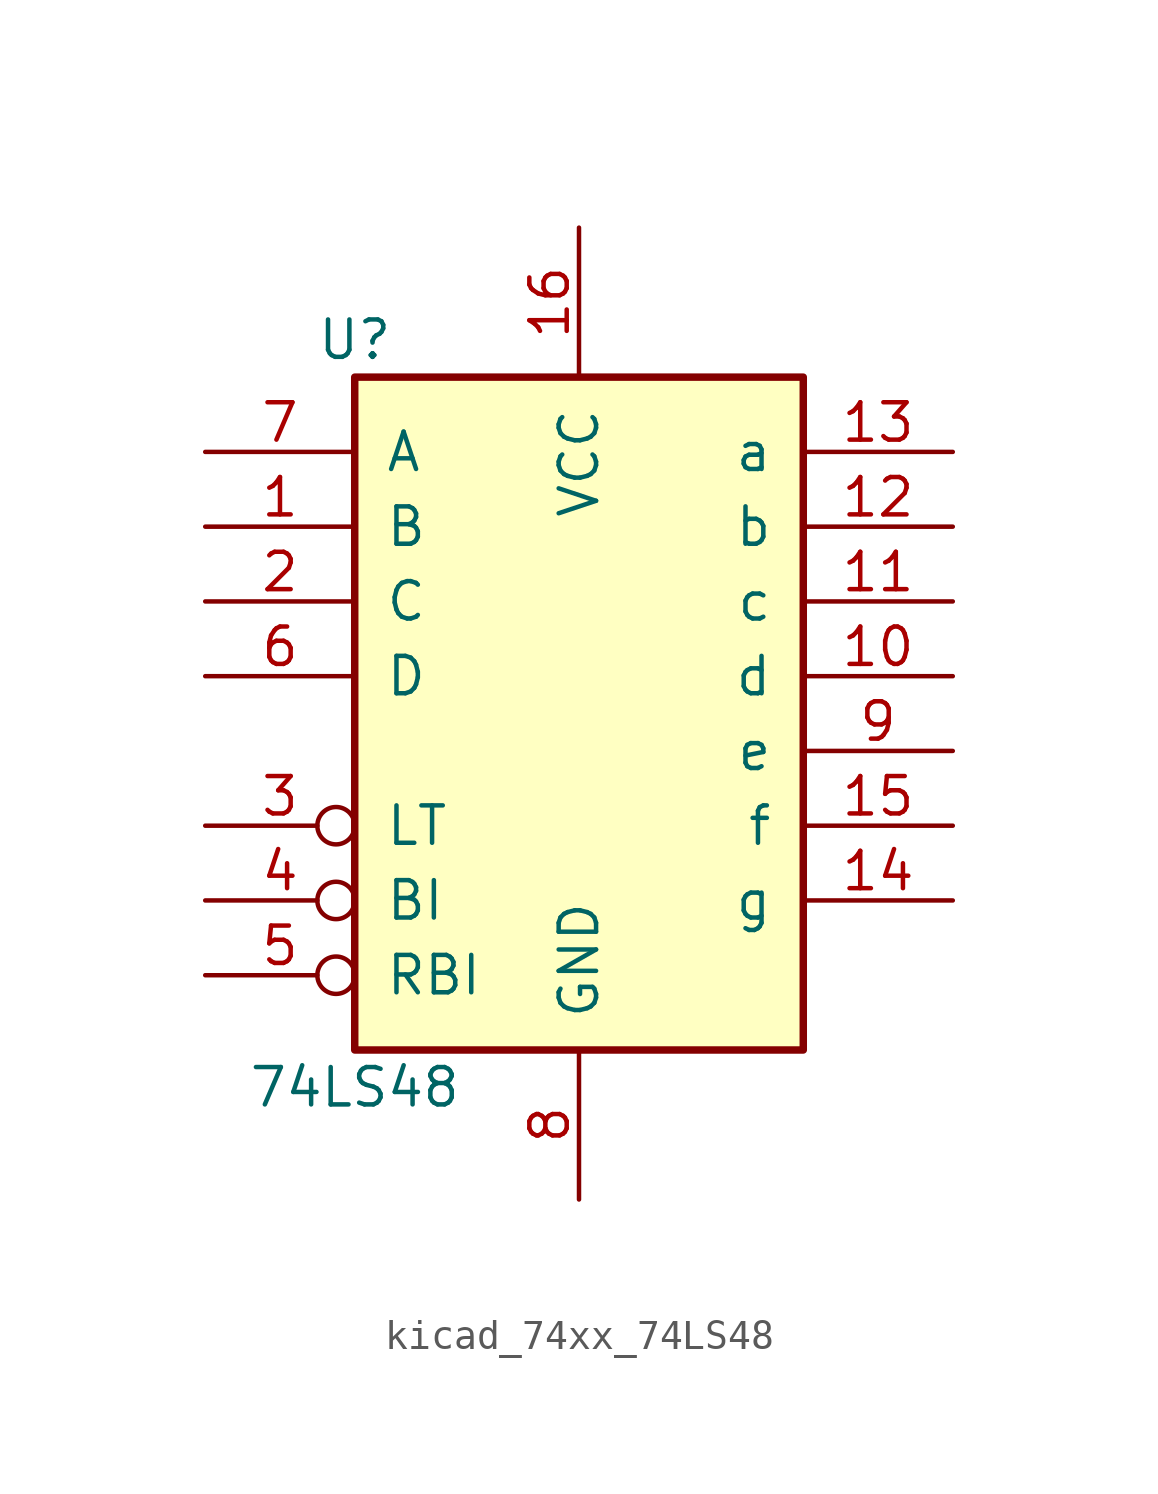
<source format=kicad_sym>
(kicad_symbol_lib
  (version 20220914)
  (generator kicad_symbol_editor)
  (symbol "kicad_74xx_74LS48"
    (pin_names
      (offset 1.016))
    (property "Reference" "U"
      (at -7.62 11.43 0)
      (effects (font (size 1.27 1.27))))
    (property "Value" "74LS48"
      (at -7.62 -13.97 0)
      (effects (font (size 1.27 1.27))))
    (property "ki_locked" ""
      (at 0 0 0)
      (effects (font (size 1.27 1.27))))
    (symbol "kicad_74xx_74LS48_1_0"
      (pin input line (at -12.7 5.08 0) (length 5.08) (name "B" (effects (font (size 1.27 1.27)))) (number "1" (effects (font (size 1.27 1.27)))))
      (pin open_collector line (at 12.7 0 180) (length 5.08) (name "d" (effects (font (size 1.27 1.27)))) (number "10" (effects (font (size 1.27 1.27)))))
      (pin open_collector line (at 12.7 2.54 180) (length 5.08) (name "c" (effects (font (size 1.27 1.27)))) (number "11" (effects (font (size 1.27 1.27)))))
      (pin open_collector line (at 12.7 5.08 180) (length 5.08) (name "b" (effects (font (size 1.27 1.27)))) (number "12" (effects (font (size 1.27 1.27)))))
      (pin open_collector line (at 12.7 7.62 180) (length 5.08) (name "a" (effects (font (size 1.27 1.27)))) (number "13" (effects (font (size 1.27 1.27)))))
      (pin open_collector line (at 12.7 -7.62 180) (length 5.08) (name "g" (effects (font (size 1.27 1.27)))) (number "14" (effects (font (size 1.27 1.27)))))
      (pin open_collector line (at 12.7 -5.08 180) (length 5.08) (name "f" (effects (font (size 1.27 1.27)))) (number "15" (effects (font (size 1.27 1.27)))))
      (pin power_in line (at 0 15.24 270) (length 5.08) (name "VCC" (effects (font (size 1.27 1.27)))) (number "16" (effects (font (size 1.27 1.27)))))
      (pin input line (at -12.7 2.54 0) (length 5.08) (name "C" (effects (font (size 1.27 1.27)))) (number "2" (effects (font (size 1.27 1.27)))))
      (pin input inverted (at -12.7 -5.08 0) (length 5.08) (name "LT" (effects (font (size 1.27 1.27)))) (number "3" (effects (font (size 1.27 1.27)))))
      (pin input inverted (at -12.7 -7.62 0) (length 5.08) (name "BI" (effects (font (size 1.27 1.27)))) (number "4" (effects (font (size 1.27 1.27)))))
      (pin input inverted (at -12.7 -10.16 0) (length 5.08) (name "RBI" (effects (font (size 1.27 1.27)))) (number "5" (effects (font (size 1.27 1.27)))))
      (pin input line (at -12.7 0 0) (length 5.08) (name "D" (effects (font (size 1.27 1.27)))) (number "6" (effects (font (size 1.27 1.27)))))
      (pin input line (at -12.7 7.62 0) (length 5.08) (name "A" (effects (font (size 1.27 1.27)))) (number "7" (effects (font (size 1.27 1.27)))))
      (pin power_in line (at 0 -17.78 90) (length 5.08) (name "GND" (effects (font (size 1.27 1.27)))) (number "8" (effects (font (size 1.27 1.27)))))
      (pin open_collector line (at 12.7 -2.54 180) (length 5.08) (name "e" (effects (font (size 1.27 1.27)))) (number "9" (effects (font (size 1.27 1.27))))))
    (symbol "kicad_74xx_74LS48_1_1"
      (rectangle (start -7.62 10.16) (end 7.62 -12.7) (stroke (width 0.254) (type default)) (fill (type background))))))
</source>
